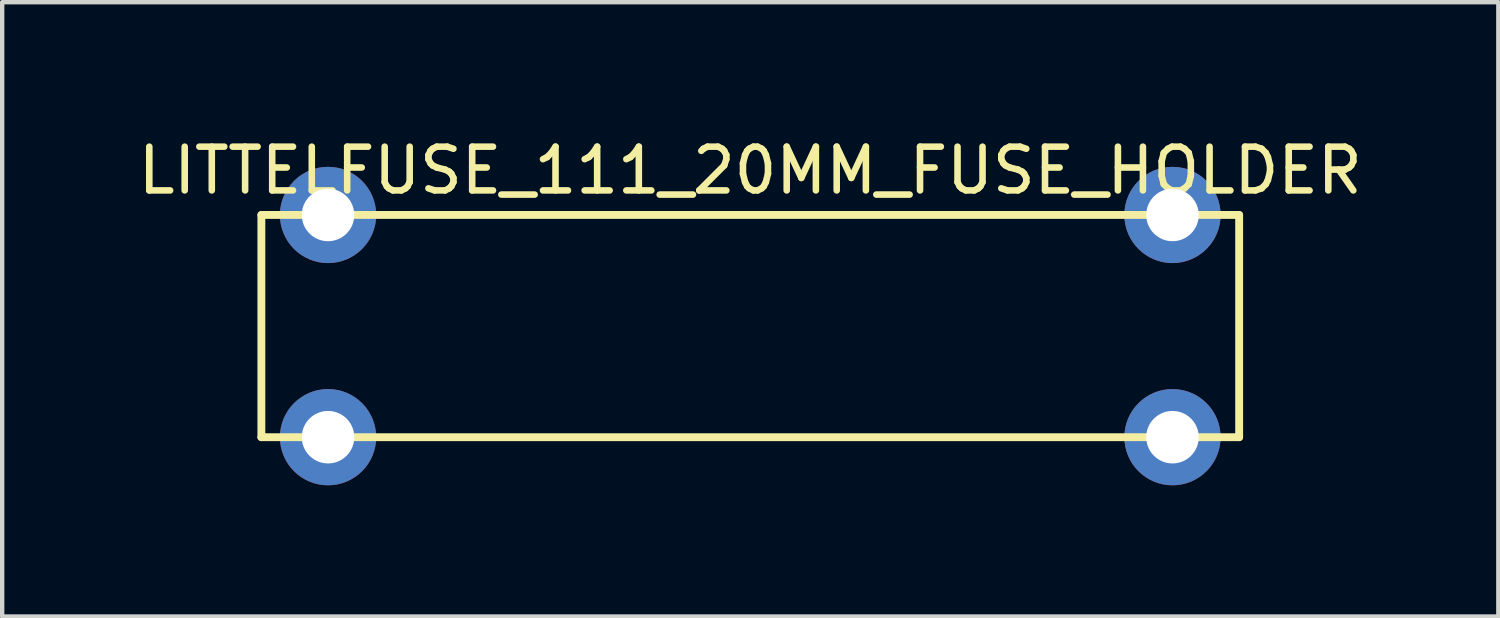
<source format=kicad_pcb>
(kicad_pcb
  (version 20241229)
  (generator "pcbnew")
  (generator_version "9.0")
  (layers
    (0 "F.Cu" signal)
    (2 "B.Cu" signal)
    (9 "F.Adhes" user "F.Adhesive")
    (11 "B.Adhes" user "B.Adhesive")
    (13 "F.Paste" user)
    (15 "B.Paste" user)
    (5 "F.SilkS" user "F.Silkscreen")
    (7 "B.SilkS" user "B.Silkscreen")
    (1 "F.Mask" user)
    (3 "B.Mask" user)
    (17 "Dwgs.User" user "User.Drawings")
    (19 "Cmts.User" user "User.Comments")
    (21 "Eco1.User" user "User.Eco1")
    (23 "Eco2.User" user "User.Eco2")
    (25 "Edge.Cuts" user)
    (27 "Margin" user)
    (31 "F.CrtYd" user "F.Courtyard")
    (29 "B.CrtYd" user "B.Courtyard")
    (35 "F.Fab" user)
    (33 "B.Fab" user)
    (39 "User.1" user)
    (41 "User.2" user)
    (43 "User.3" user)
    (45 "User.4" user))
  (footprint "LITTELFUSE_111_20MM_FUSE_HOLDER"
    (layer "F.Cu")
    (at 14.101 4.404)
    (property "Reference" "LITTELFUSE_111_20MM_FUSE_HOLDER" (at 0 -3.556 0) (layer "F.SilkS") (effects (font (size 1 1) (thickness 0.15))))
    (attr through_hole)
    (fp_line (start -11.176 -2.54) (end -11.176 2.54) (stroke (width 0.18) (type solid)) (layer "F.SilkS"))
    (fp_line (start -11.176 2.54) (end 11.176 2.54) (stroke (width 0.18) (type solid)) (layer "F.SilkS"))
    (fp_line (start 11.176 -2.54) (end -11.176 -2.54) (stroke (width 0.18) (type solid)) (layer "F.SilkS"))
    (fp_line (start 11.176 -2.54) (end 11.176 2.54) (stroke (width 0.18) (type solid)) (layer "F.SilkS"))
    (pad "1" thru_hole circle (at -9.652 -2.54) (size 2.2 2.2) (drill 1.2) (layers "*.Cu" "*.Mask"))
    (pad "1" thru_hole circle (at -9.652 2.54) (size 2.2 2.2) (drill 1.2) (layers "*.Cu" "*.Mask"))
    (pad "2" thru_hole circle (at 9.652 -2.54) (size 2.2 2.2) (drill 1.2) (layers "*.Cu" "*.Mask"))
    (pad "2" thru_hole circle (at 9.652 2.54) (size 2.2 2.2) (drill 1.2) (layers "*.Cu" "*.Mask")))
  (gr_rect
    (start -3 -3)
    (end 31.202 11.044)
    (stroke (width 0.1) (type default))
    (fill no)
    (layer "Edge.Cuts")))
</source>
